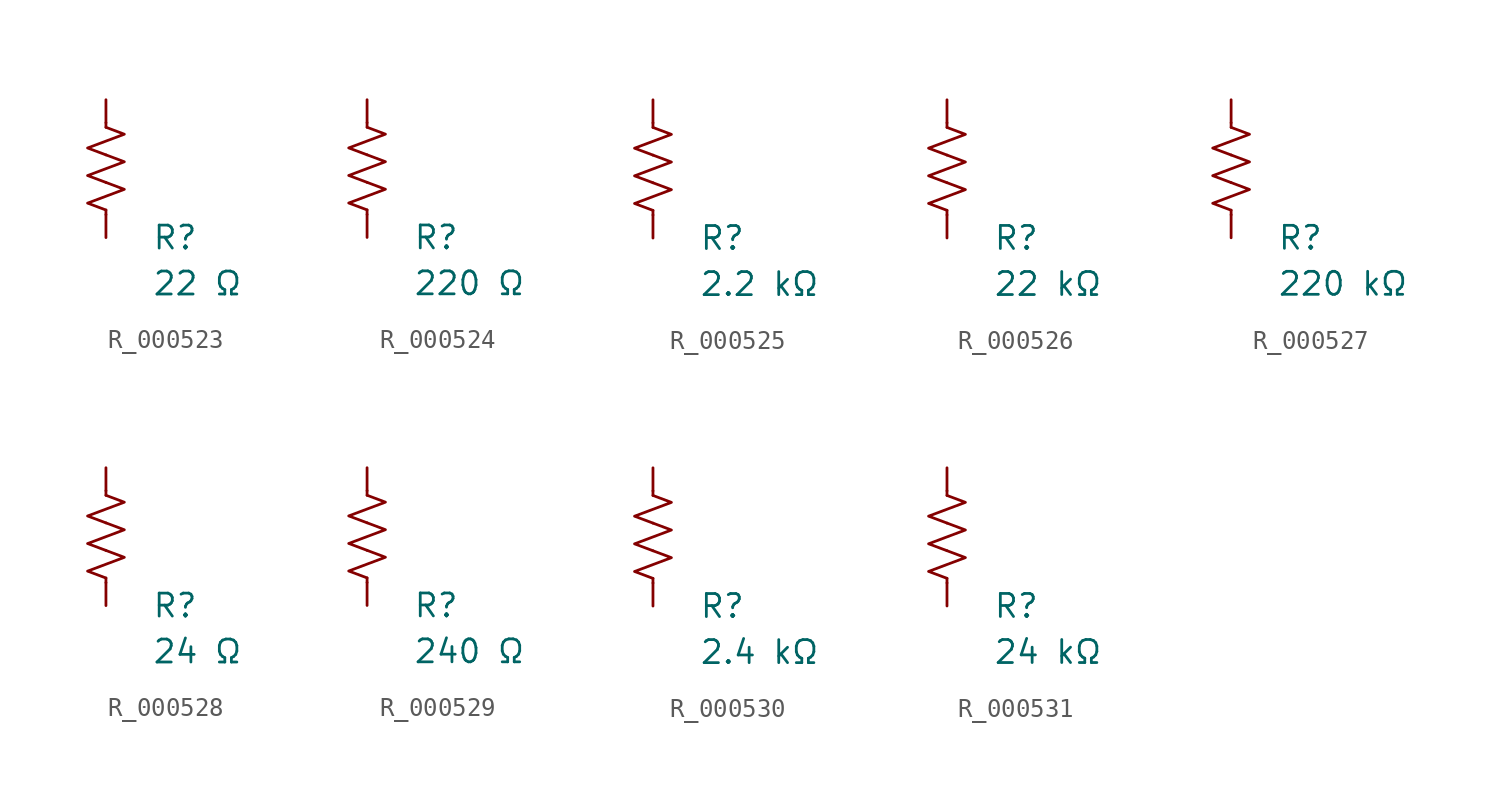
<source format=kicad_sym>
(kicad_symbol_lib
  (version 20231120)
  (generator "kicad_symbol_editor")
  (generator_version "8.0")
  (symbol "R_000523"
    (pin_numbers hide)
    (pin_names
      (offset 0))
    (property "Reference" "R"
      (at 2.54 -3.81 0)
      (effects (font (size 1.27 1.27)) (justify left))
      (show_name no))
    (property "Value" "22 Ω"
      (at 2.54 -6.35 0)
      (effects (font (size 1.27 1.27)) (justify left))
      (show_name no))
    (symbol "R_000523_0_1"
      (polyline (pts (xy 0 -2.286) (xy 0 -2.54)) (stroke (width 0) (type default)) (fill (type none)))
      (polyline (pts (xy 0 2.286) (xy 0 2.54)) (stroke (width 0) (type default)) (fill (type none)))
      (polyline (pts (xy 0 -0.762) (xy 1.016 -1.143) (xy 0 -1.524) (xy -1.016 -1.905) (xy 0 -2.286)) (stroke (width 0) (type default)) (fill (type none)))
      (polyline (pts (xy 0 0.762) (xy 1.016 0.381) (xy 0 0) (xy -1.016 -0.381) (xy 0 -0.762)) (stroke (width 0) (type default)) (fill (type none)))
      (polyline (pts (xy 0 2.286) (xy 1.016 1.905) (xy 0 1.524) (xy -1.016 1.143) (xy 0 0.762)) (stroke (width 0) (type default)) (fill (type none))))
    (symbol "R_000523_1_1"
      (pin passive line (at 0 3.81 270) (length 1.27) (name "~" (effects (font (size 1.27 1.27)))) (number "1" (effects (font (size 1.27 1.27)))))
      (pin passive line (at 0 -3.81 90) (length 1.27) (name "~" (effects (font (size 1.27 1.27)))) (number "2" (effects (font (size 1.27 1.27)))))))
  (symbol "R_000524"
    (pin_numbers hide)
    (pin_names
      (offset 0))
    (property "Reference" "R"
      (at 2.54 -3.81 0)
      (effects (font (size 1.27 1.27)) (justify left))
      (show_name no))
    (property "Value" "220 Ω"
      (at 2.54 -6.35 0)
      (effects (font (size 1.27 1.27)) (justify left))
      (show_name no))
    (symbol "R_000524_0_1"
      (polyline (pts (xy 0 -2.286) (xy 0 -2.54)) (stroke (width 0) (type default)) (fill (type none)))
      (polyline (pts (xy 0 2.286) (xy 0 2.54)) (stroke (width 0) (type default)) (fill (type none)))
      (polyline (pts (xy 0 -0.762) (xy 1.016 -1.143) (xy 0 -1.524) (xy -1.016 -1.905) (xy 0 -2.286)) (stroke (width 0) (type default)) (fill (type none)))
      (polyline (pts (xy 0 0.762) (xy 1.016 0.381) (xy 0 0) (xy -1.016 -0.381) (xy 0 -0.762)) (stroke (width 0) (type default)) (fill (type none)))
      (polyline (pts (xy 0 2.286) (xy 1.016 1.905) (xy 0 1.524) (xy -1.016 1.143) (xy 0 0.762)) (stroke (width 0) (type default)) (fill (type none))))
    (symbol "R_000524_1_1"
      (pin passive line (at 0 3.81 270) (length 1.27) (name "~" (effects (font (size 1.27 1.27)))) (number "1" (effects (font (size 1.27 1.27)))))
      (pin passive line (at 0 -3.81 90) (length 1.27) (name "~" (effects (font (size 1.27 1.27)))) (number "2" (effects (font (size 1.27 1.27)))))))
  (symbol "R_000525"
    (pin_numbers hide)
    (pin_names
      (offset 0))
    (property "Reference" "R"
      (at 2.54 -3.81 0)
      (effects (font (size 1.27 1.27)) (justify left))
      (show_name no))
    (property "Value" "2.2 kΩ"
      (at 2.54 -6.35 0)
      (effects (font (size 1.27 1.27)) (justify left))
      (show_name no))
    (symbol "R_000525_0_1"
      (polyline (pts (xy 0 -2.286) (xy 0 -2.54)) (stroke (width 0) (type default)) (fill (type none)))
      (polyline (pts (xy 0 2.286) (xy 0 2.54)) (stroke (width 0) (type default)) (fill (type none)))
      (polyline (pts (xy 0 -0.762) (xy 1.016 -1.143) (xy 0 -1.524) (xy -1.016 -1.905) (xy 0 -2.286)) (stroke (width 0) (type default)) (fill (type none)))
      (polyline (pts (xy 0 0.762) (xy 1.016 0.381) (xy 0 0) (xy -1.016 -0.381) (xy 0 -0.762)) (stroke (width 0) (type default)) (fill (type none)))
      (polyline (pts (xy 0 2.286) (xy 1.016 1.905) (xy 0 1.524) (xy -1.016 1.143) (xy 0 0.762)) (stroke (width 0) (type default)) (fill (type none))))
    (symbol "R_000525_1_1"
      (pin passive line (at 0 3.81 270) (length 1.27) (name "~" (effects (font (size 1.27 1.27)))) (number "1" (effects (font (size 1.27 1.27)))))
      (pin passive line (at 0 -3.81 90) (length 1.27) (name "~" (effects (font (size 1.27 1.27)))) (number "2" (effects (font (size 1.27 1.27)))))))
  (symbol "R_000526"
    (pin_numbers hide)
    (pin_names
      (offset 0))
    (property "Reference" "R"
      (at 2.54 -3.81 0)
      (effects (font (size 1.27 1.27)) (justify left))
      (show_name no))
    (property "Value" "22 kΩ"
      (at 2.54 -6.35 0)
      (effects (font (size 1.27 1.27)) (justify left))
      (show_name no))
    (symbol "R_000526_0_1"
      (polyline (pts (xy 0 -2.286) (xy 0 -2.54)) (stroke (width 0) (type default)) (fill (type none)))
      (polyline (pts (xy 0 2.286) (xy 0 2.54)) (stroke (width 0) (type default)) (fill (type none)))
      (polyline (pts (xy 0 -0.762) (xy 1.016 -1.143) (xy 0 -1.524) (xy -1.016 -1.905) (xy 0 -2.286)) (stroke (width 0) (type default)) (fill (type none)))
      (polyline (pts (xy 0 0.762) (xy 1.016 0.381) (xy 0 0) (xy -1.016 -0.381) (xy 0 -0.762)) (stroke (width 0) (type default)) (fill (type none)))
      (polyline (pts (xy 0 2.286) (xy 1.016 1.905) (xy 0 1.524) (xy -1.016 1.143) (xy 0 0.762)) (stroke (width 0) (type default)) (fill (type none))))
    (symbol "R_000526_1_1"
      (pin passive line (at 0 3.81 270) (length 1.27) (name "~" (effects (font (size 1.27 1.27)))) (number "1" (effects (font (size 1.27 1.27)))))
      (pin passive line (at 0 -3.81 90) (length 1.27) (name "~" (effects (font (size 1.27 1.27)))) (number "2" (effects (font (size 1.27 1.27)))))))
  (symbol "R_000527"
    (pin_numbers hide)
    (pin_names
      (offset 0))
    (property "Reference" "R"
      (at 2.54 -3.81 0)
      (effects (font (size 1.27 1.27)) (justify left))
      (show_name no))
    (property "Value" "220 kΩ"
      (at 2.54 -6.35 0)
      (effects (font (size 1.27 1.27)) (justify left))
      (show_name no))
    (symbol "R_000527_0_1"
      (polyline (pts (xy 0 -2.286) (xy 0 -2.54)) (stroke (width 0) (type default)) (fill (type none)))
      (polyline (pts (xy 0 2.286) (xy 0 2.54)) (stroke (width 0) (type default)) (fill (type none)))
      (polyline (pts (xy 0 -0.762) (xy 1.016 -1.143) (xy 0 -1.524) (xy -1.016 -1.905) (xy 0 -2.286)) (stroke (width 0) (type default)) (fill (type none)))
      (polyline (pts (xy 0 0.762) (xy 1.016 0.381) (xy 0 0) (xy -1.016 -0.381) (xy 0 -0.762)) (stroke (width 0) (type default)) (fill (type none)))
      (polyline (pts (xy 0 2.286) (xy 1.016 1.905) (xy 0 1.524) (xy -1.016 1.143) (xy 0 0.762)) (stroke (width 0) (type default)) (fill (type none))))
    (symbol "R_000527_1_1"
      (pin passive line (at 0 3.81 270) (length 1.27) (name "~" (effects (font (size 1.27 1.27)))) (number "1" (effects (font (size 1.27 1.27)))))
      (pin passive line (at 0 -3.81 90) (length 1.27) (name "~" (effects (font (size 1.27 1.27)))) (number "2" (effects (font (size 1.27 1.27)))))))
  (symbol "R_000528"
    (pin_numbers hide)
    (pin_names
      (offset 0))
    (property "Reference" "R"
      (at 2.54 -3.81 0)
      (effects (font (size 1.27 1.27)) (justify left))
      (show_name no))
    (property "Value" "24 Ω"
      (at 2.54 -6.35 0)
      (effects (font (size 1.27 1.27)) (justify left))
      (show_name no))
    (symbol "R_000528_0_1"
      (polyline (pts (xy 0 -2.286) (xy 0 -2.54)) (stroke (width 0) (type default)) (fill (type none)))
      (polyline (pts (xy 0 2.286) (xy 0 2.54)) (stroke (width 0) (type default)) (fill (type none)))
      (polyline (pts (xy 0 -0.762) (xy 1.016 -1.143) (xy 0 -1.524) (xy -1.016 -1.905) (xy 0 -2.286)) (stroke (width 0) (type default)) (fill (type none)))
      (polyline (pts (xy 0 0.762) (xy 1.016 0.381) (xy 0 0) (xy -1.016 -0.381) (xy 0 -0.762)) (stroke (width 0) (type default)) (fill (type none)))
      (polyline (pts (xy 0 2.286) (xy 1.016 1.905) (xy 0 1.524) (xy -1.016 1.143) (xy 0 0.762)) (stroke (width 0) (type default)) (fill (type none))))
    (symbol "R_000528_1_1"
      (pin passive line (at 0 3.81 270) (length 1.27) (name "~" (effects (font (size 1.27 1.27)))) (number "1" (effects (font (size 1.27 1.27)))))
      (pin passive line (at 0 -3.81 90) (length 1.27) (name "~" (effects (font (size 1.27 1.27)))) (number "2" (effects (font (size 1.27 1.27)))))))
  (symbol "R_000529"
    (pin_numbers hide)
    (pin_names
      (offset 0))
    (property "Reference" "R"
      (at 2.54 -3.81 0)
      (effects (font (size 1.27 1.27)) (justify left))
      (show_name no))
    (property "Value" "240 Ω"
      (at 2.54 -6.35 0)
      (effects (font (size 1.27 1.27)) (justify left))
      (show_name no))
    (symbol "R_000529_0_1"
      (polyline (pts (xy 0 -2.286) (xy 0 -2.54)) (stroke (width 0) (type default)) (fill (type none)))
      (polyline (pts (xy 0 2.286) (xy 0 2.54)) (stroke (width 0) (type default)) (fill (type none)))
      (polyline (pts (xy 0 -0.762) (xy 1.016 -1.143) (xy 0 -1.524) (xy -1.016 -1.905) (xy 0 -2.286)) (stroke (width 0) (type default)) (fill (type none)))
      (polyline (pts (xy 0 0.762) (xy 1.016 0.381) (xy 0 0) (xy -1.016 -0.381) (xy 0 -0.762)) (stroke (width 0) (type default)) (fill (type none)))
      (polyline (pts (xy 0 2.286) (xy 1.016 1.905) (xy 0 1.524) (xy -1.016 1.143) (xy 0 0.762)) (stroke (width 0) (type default)) (fill (type none))))
    (symbol "R_000529_1_1"
      (pin passive line (at 0 3.81 270) (length 1.27) (name "~" (effects (font (size 1.27 1.27)))) (number "1" (effects (font (size 1.27 1.27)))))
      (pin passive line (at 0 -3.81 90) (length 1.27) (name "~" (effects (font (size 1.27 1.27)))) (number "2" (effects (font (size 1.27 1.27)))))))
  (symbol "R_000530"
    (pin_numbers hide)
    (pin_names
      (offset 0))
    (property "Reference" "R"
      (at 2.54 -3.81 0)
      (effects (font (size 1.27 1.27)) (justify left))
      (show_name no))
    (property "Value" "2.4 kΩ"
      (at 2.54 -6.35 0)
      (effects (font (size 1.27 1.27)) (justify left))
      (show_name no))
    (symbol "R_000530_0_1"
      (polyline (pts (xy 0 -2.286) (xy 0 -2.54)) (stroke (width 0) (type default)) (fill (type none)))
      (polyline (pts (xy 0 2.286) (xy 0 2.54)) (stroke (width 0) (type default)) (fill (type none)))
      (polyline (pts (xy 0 -0.762) (xy 1.016 -1.143) (xy 0 -1.524) (xy -1.016 -1.905) (xy 0 -2.286)) (stroke (width 0) (type default)) (fill (type none)))
      (polyline (pts (xy 0 0.762) (xy 1.016 0.381) (xy 0 0) (xy -1.016 -0.381) (xy 0 -0.762)) (stroke (width 0) (type default)) (fill (type none)))
      (polyline (pts (xy 0 2.286) (xy 1.016 1.905) (xy 0 1.524) (xy -1.016 1.143) (xy 0 0.762)) (stroke (width 0) (type default)) (fill (type none))))
    (symbol "R_000530_1_1"
      (pin passive line (at 0 3.81 270) (length 1.27) (name "~" (effects (font (size 1.27 1.27)))) (number "1" (effects (font (size 1.27 1.27)))))
      (pin passive line (at 0 -3.81 90) (length 1.27) (name "~" (effects (font (size 1.27 1.27)))) (number "2" (effects (font (size 1.27 1.27)))))))
  (symbol "R_000531"
    (pin_numbers hide)
    (pin_names
      (offset 0))
    (property "Reference" "R"
      (at 2.54 -3.81 0)
      (effects (font (size 1.27 1.27)) (justify left))
      (show_name no))
    (property "Value" "24 kΩ"
      (at 2.54 -6.35 0)
      (effects (font (size 1.27 1.27)) (justify left))
      (show_name no))
    (symbol "R_000531_0_1"
      (polyline (pts (xy 0 -2.286) (xy 0 -2.54)) (stroke (width 0) (type default)) (fill (type none)))
      (polyline (pts (xy 0 2.286) (xy 0 2.54)) (stroke (width 0) (type default)) (fill (type none)))
      (polyline (pts (xy 0 -0.762) (xy 1.016 -1.143) (xy 0 -1.524) (xy -1.016 -1.905) (xy 0 -2.286)) (stroke (width 0) (type default)) (fill (type none)))
      (polyline (pts (xy 0 0.762) (xy 1.016 0.381) (xy 0 0) (xy -1.016 -0.381) (xy 0 -0.762)) (stroke (width 0) (type default)) (fill (type none)))
      (polyline (pts (xy 0 2.286) (xy 1.016 1.905) (xy 0 1.524) (xy -1.016 1.143) (xy 0 0.762)) (stroke (width 0) (type default)) (fill (type none))))
    (symbol "R_000531_1_1"
      (pin passive line (at 0 3.81 270) (length 1.27) (name "~" (effects (font (size 1.27 1.27)))) (number "1" (effects (font (size 1.27 1.27)))))
      (pin passive line (at 0 -3.81 90) (length 1.27) (name "~" (effects (font (size 1.27 1.27)))) (number "2" (effects (font (size 1.27 1.27))))))))
</source>
